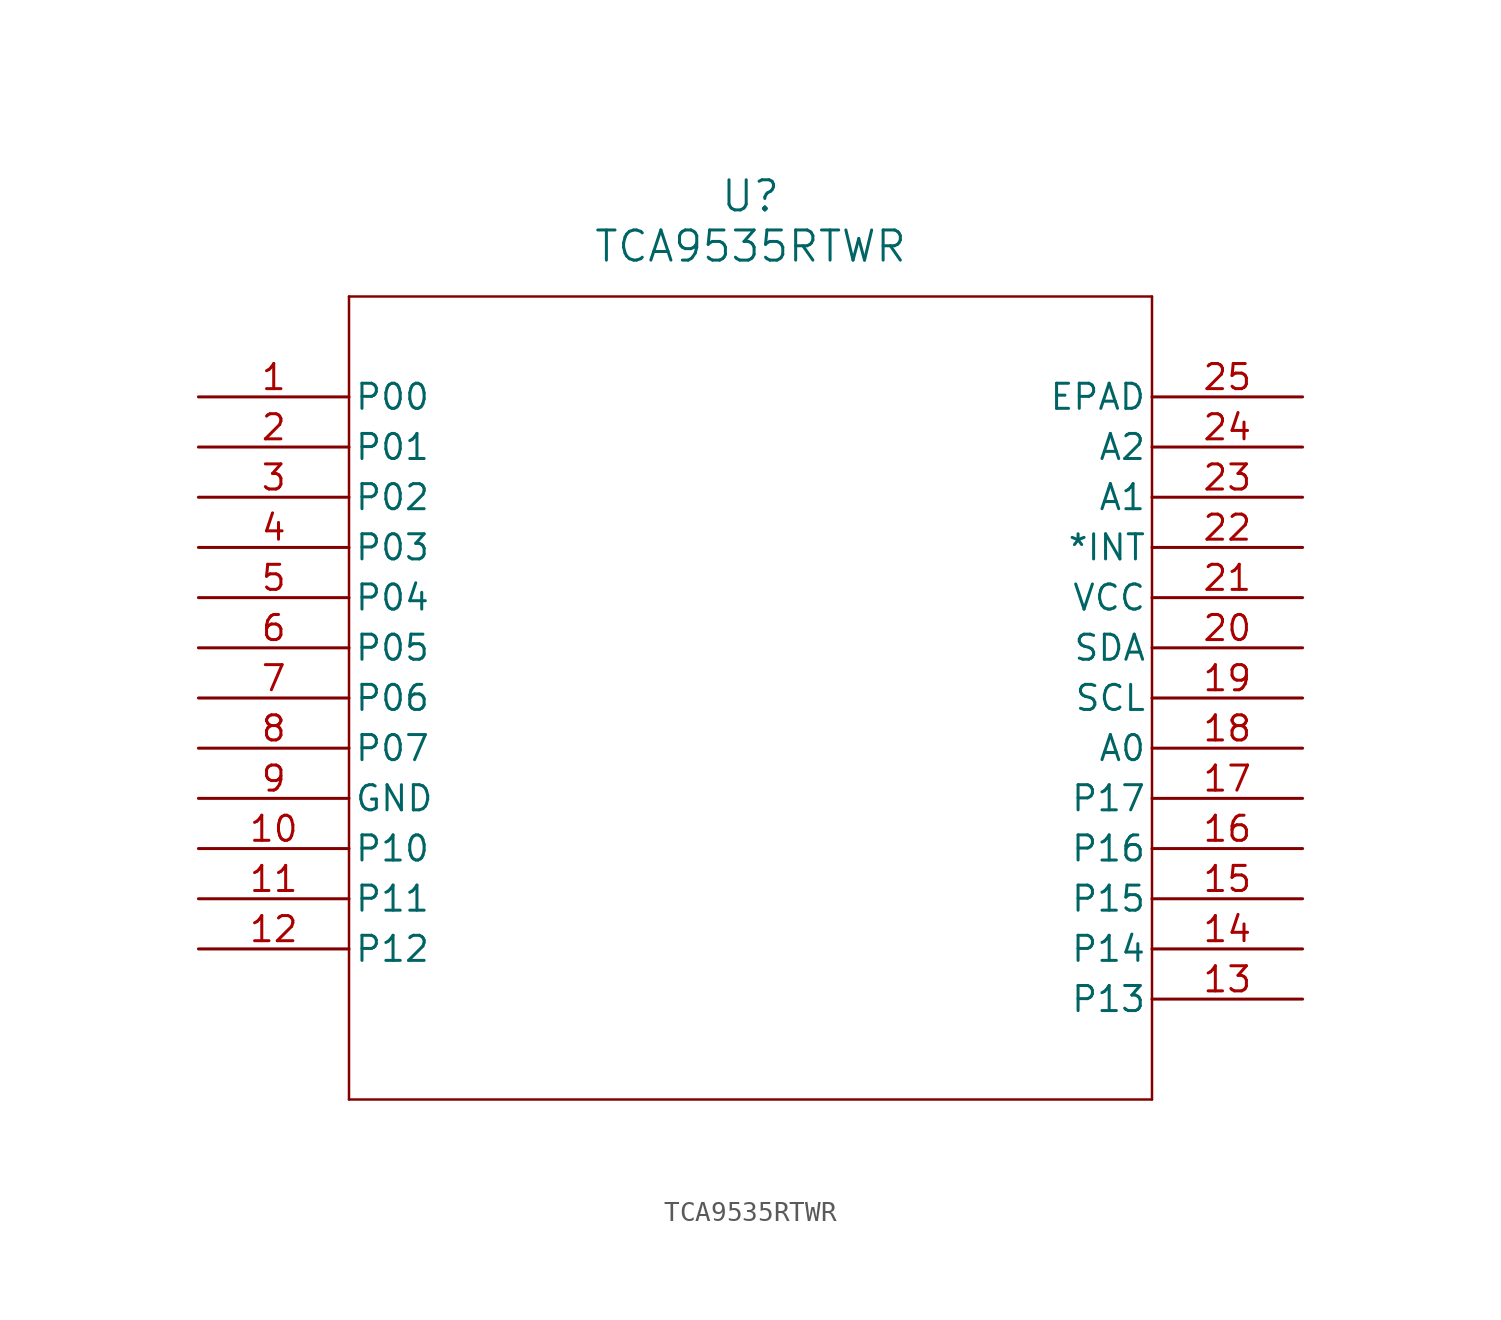
<source format=kicad_sym>
(kicad_symbol_lib
  (version 20211014)
  (generator kicad_symbol_editor)
  (symbol "TCA9535RTWR"
    (pin_names
      (offset 0.254))
    (property "Reference" "U"
      (at 27.94 10.16 0)
      (effects (font (size 1.524 1.524))))
    (property "Value" "TCA9535RTWR"
      (at 27.94 7.62 0)
      (effects (font (size 1.524 1.524))))
    (symbol "TCA9535RTWR_0_1"
      (polyline (pts (xy 7.62 5.08) (xy 7.62 -35.56)) (stroke (width 0.127) (type default) (color 0 0 0 0)) (fill (type none)))
      (polyline (pts (xy 7.62 -35.56) (xy 48.26 -35.56)) (stroke (width 0.127) (type default) (color 0 0 0 0)) (fill (type none)))
      (polyline (pts (xy 48.26 -35.56) (xy 48.26 5.08)) (stroke (width 0.127) (type default) (color 0 0 0 0)) (fill (type none)))
      (polyline (pts (xy 48.26 5.08) (xy 7.62 5.08)) (stroke (width 0.127) (type default) (color 0 0 0 0)) (fill (type none)))
      (pin bidirectional line (at 0 0 0) (length 7.62) (name "P00" (effects (font (size 1.27 1.27)))) (number "1" (effects (font (size 1.27 1.27)))))
      (pin bidirectional line (at 0 -2.54 0) (length 7.62) (name "P01" (effects (font (size 1.27 1.27)))) (number "2" (effects (font (size 1.27 1.27)))))
      (pin bidirectional line (at 0 -5.08 0) (length 7.62) (name "P02" (effects (font (size 1.27 1.27)))) (number "3" (effects (font (size 1.27 1.27)))))
      (pin bidirectional line (at 0 -7.62 0) (length 7.62) (name "P03" (effects (font (size 1.27 1.27)))) (number "4" (effects (font (size 1.27 1.27)))))
      (pin bidirectional line (at 0 -10.16 0) (length 7.62) (name "P04" (effects (font (size 1.27 1.27)))) (number "5" (effects (font (size 1.27 1.27)))))
      (pin bidirectional line (at 0 -12.7 0) (length 7.62) (name "P05" (effects (font (size 1.27 1.27)))) (number "6" (effects (font (size 1.27 1.27)))))
      (pin bidirectional line (at 0 -15.24 0) (length 7.62) (name "P06" (effects (font (size 1.27 1.27)))) (number "7" (effects (font (size 1.27 1.27)))))
      (pin bidirectional line (at 0 -17.78 0) (length 7.62) (name "P07" (effects (font (size 1.27 1.27)))) (number "8" (effects (font (size 1.27 1.27)))))
      (pin power_in line (at 0 -20.32 0) (length 7.62) (name "GND" (effects (font (size 1.27 1.27)))) (number "9" (effects (font (size 1.27 1.27)))))
      (pin bidirectional line (at 0 -22.86 0) (length 7.62) (name "P10" (effects (font (size 1.27 1.27)))) (number "10" (effects (font (size 1.27 1.27)))))
      (pin bidirectional line (at 0 -25.4 0) (length 7.62) (name "P11" (effects (font (size 1.27 1.27)))) (number "11" (effects (font (size 1.27 1.27)))))
      (pin bidirectional line (at 0 -27.94 0) (length 7.62) (name "P12" (effects (font (size 1.27 1.27)))) (number "12" (effects (font (size 1.27 1.27)))))
      (pin bidirectional line (at 55.88 -30.48 180) (length 7.62) (name "P13" (effects (font (size 1.27 1.27)))) (number "13" (effects (font (size 1.27 1.27)))))
      (pin bidirectional line (at 55.88 -27.94 180) (length 7.62) (name "P14" (effects (font (size 1.27 1.27)))) (number "14" (effects (font (size 1.27 1.27)))))
      (pin bidirectional line (at 55.88 -25.4 180) (length 7.62) (name "P15" (effects (font (size 1.27 1.27)))) (number "15" (effects (font (size 1.27 1.27)))))
      (pin bidirectional line (at 55.88 -22.86 180) (length 7.62) (name "P16" (effects (font (size 1.27 1.27)))) (number "16" (effects (font (size 1.27 1.27)))))
      (pin bidirectional line (at 55.88 -20.32 180) (length 7.62) (name "P17" (effects (font (size 1.27 1.27)))) (number "17" (effects (font (size 1.27 1.27)))))
      (pin input line (at 55.88 -17.78 180) (length 7.62) (name "A0" (effects (font (size 1.27 1.27)))) (number "18" (effects (font (size 1.27 1.27)))))
      (pin bidirectional line (at 55.88 -15.24 180) (length 7.62) (name "SCL" (effects (font (size 1.27 1.27)))) (number "19" (effects (font (size 1.27 1.27)))))
      (pin bidirectional line (at 55.88 -12.7 180) (length 7.62) (name "SDA" (effects (font (size 1.27 1.27)))) (number "20" (effects (font (size 1.27 1.27)))))
      (pin power_in line (at 55.88 -10.16 180) (length 7.62) (name "VCC" (effects (font (size 1.27 1.27)))) (number "21" (effects (font (size 1.27 1.27)))))
      (pin output line (at 55.88 -7.62 180) (length 7.62) (name "*INT" (effects (font (size 1.27 1.27)))) (number "22" (effects (font (size 1.27 1.27)))))
      (pin input line (at 55.88 -5.08 180) (length 7.62) (name "A1" (effects (font (size 1.27 1.27)))) (number "23" (effects (font (size 1.27 1.27)))))
      (pin input line (at 55.88 -2.54 180) (length 7.62) (name "A2" (effects (font (size 1.27 1.27)))) (number "24" (effects (font (size 1.27 1.27)))))
      (pin unspecified line (at 55.88 0 180) (length 7.62) (name "EPAD" (effects (font (size 1.27 1.27)))) (number "25" (effects (font (size 1.27 1.27))))))))
</source>
